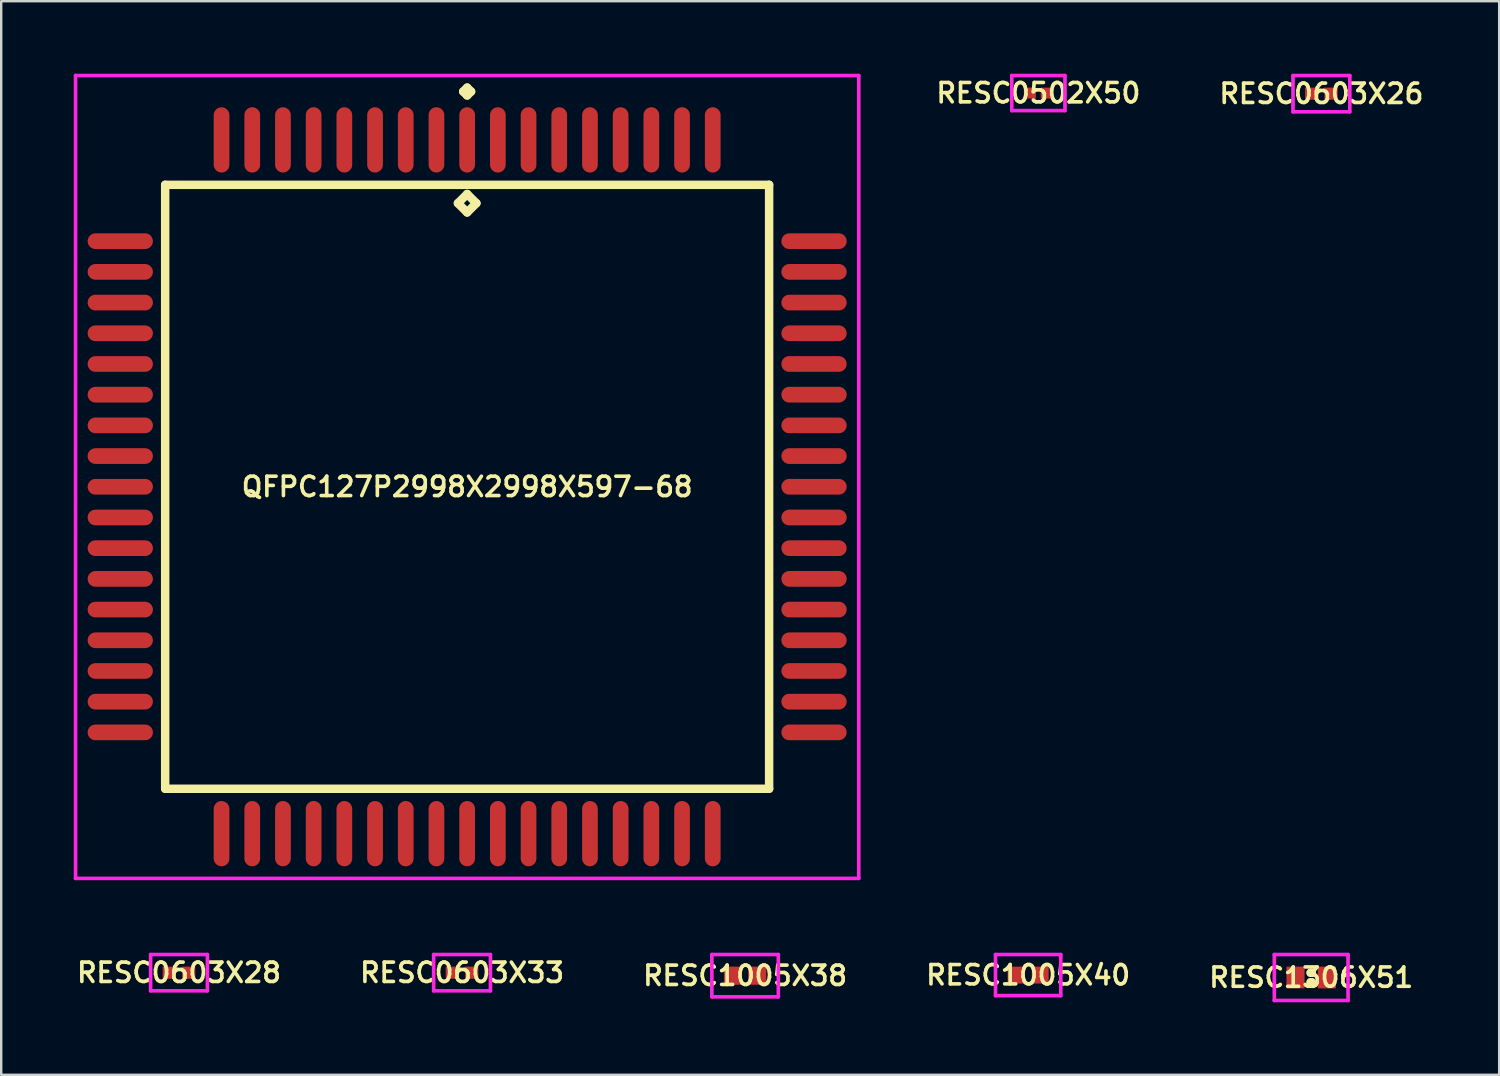
<source format=kicad_pcb>
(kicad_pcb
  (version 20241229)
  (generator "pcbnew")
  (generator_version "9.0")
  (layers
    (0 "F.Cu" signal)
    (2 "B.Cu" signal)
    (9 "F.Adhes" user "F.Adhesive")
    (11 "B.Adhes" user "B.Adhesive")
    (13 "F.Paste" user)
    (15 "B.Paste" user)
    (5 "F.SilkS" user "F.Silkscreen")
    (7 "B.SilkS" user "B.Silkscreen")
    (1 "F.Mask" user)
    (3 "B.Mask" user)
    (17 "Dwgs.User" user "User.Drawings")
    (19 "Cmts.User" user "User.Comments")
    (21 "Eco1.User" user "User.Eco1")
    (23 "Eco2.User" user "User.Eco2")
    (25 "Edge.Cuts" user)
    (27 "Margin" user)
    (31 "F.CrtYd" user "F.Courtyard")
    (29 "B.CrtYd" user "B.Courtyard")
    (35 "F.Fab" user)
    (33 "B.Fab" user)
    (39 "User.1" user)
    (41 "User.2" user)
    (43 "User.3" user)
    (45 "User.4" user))
  (footprint "RESC1306X51"
    (layer "F.Cu")
    (at 51.191 37.388)
    (property "Reference" "RESC1306X51" (at 0 0 0) (layer "F.SilkS") (effects (font (size 0.8 0.8) (thickness 0.15))))
    (attr smd)
    (fp_line (start -0.021 -0.196) (end 0.021 -0.196) (stroke (width 0.35) (type solid)) (layer "F.SilkS"))
    (fp_line (start -0.021 0.196) (end 0.021 0.196) (stroke (width 0.35) (type solid)) (layer "F.SilkS"))
    (fp_line (start 0.021 -0.196) (end -0.021 -0.196) (stroke (width 0.35) (type solid)) (layer "F.SilkS"))
    (fp_line (start 0.021 0.196) (end -0.021 0.196) (stroke (width 0.35) (type solid)) (layer "F.SilkS"))
    (fp_line (start -1.525 -0.95) (end 1.525 -0.95) (stroke (width 0.15) (type solid)) (layer "F.CrtYd"))
    (fp_line (start -1.525 0.95) (end -1.525 -0.95) (stroke (width 0.15) (type solid)) (layer "F.CrtYd"))
    (fp_line (start 1.525 -0.95) (end 1.525 0.95) (stroke (width 0.15) (type solid)) (layer "F.CrtYd"))
    (fp_line (start 1.525 0.95) (end -1.525 0.95) (stroke (width 0.15) (type solid)) (layer "F.CrtYd"))
    (pad "1" smd rect (at -0.65 0) (size 0.75 0.9) (layers "F.Cu" "F.Mask" "F.Paste"))
    (pad "2" smd rect (at 0.65 0) (size 0.75 0.9) (layers "F.Cu" "F.Mask" "F.Paste")))
  (footprint "RESC0502X50"
    (layer "F.Cu")
    (at 39.905 0.8)
    (property "Reference" "RESC0502X50" (at 0 0 0) (layer "F.SilkS") (effects (font (size 0.8 0.8) (thickness 0.15))))
    (attr through_hole)
    (fp_line (start -1.1 -0.725) (end 1.1 -0.725) (stroke (width 0.15) (type solid)) (layer "F.CrtYd"))
    (fp_line (start -1.1 0.725) (end -1.1 -0.725) (stroke (width 0.15) (type solid)) (layer "F.CrtYd"))
    (fp_line (start 1.1 -0.725) (end 1.1 0.725) (stroke (width 0.15) (type solid)) (layer "F.CrtYd"))
    (fp_line (start 1.1 0.725) (end -1.1 0.725) (stroke (width 0.15) (type solid)) (layer "F.CrtYd"))
    (pad "1" smd rect (at -0.35 0) (size 0.5 0.45) (layers "F.Cu" "F.Mask" "F.Paste"))
    (pad "2" smd rect (at 0.35 0) (size 0.5 0.45) (layers "F.Cu" "F.Mask" "F.Paste")))
  (footprint "RESC1005X40"
    (layer "F.Cu")
    (at 39.482 37.288)
    (property "Reference" "RESC1005X40" (at 0 0 0) (layer "F.SilkS") (effects (font (size 0.8 0.8) (thickness 0.15))))
    (attr smd)
    (fp_line (start -1.35 -0.85) (end 1.35 -0.85) (stroke (width 0.15) (type solid)) (layer "F.CrtYd"))
    (fp_line (start -1.35 0.85) (end -1.35 -0.85) (stroke (width 0.15) (type solid)) (layer "F.CrtYd"))
    (fp_line (start 1.35 -0.85) (end 1.35 0.85) (stroke (width 0.15) (type solid)) (layer "F.CrtYd"))
    (fp_line (start 1.35 0.85) (end -1.35 0.85) (stroke (width 0.15) (type solid)) (layer "F.CrtYd"))
    (pad "1" smd rect (at -0.5 0) (size 0.7 0.7) (layers "F.Cu" "F.Mask" "F.Paste"))
    (pad "2" smd rect (at 0.5 0) (size 0.7 0.7) (layers "F.Cu" "F.Mask" "F.Paste")))
  (footprint "RESC1005X38"
    (layer "F.Cu")
    (at 27.773 37.312)
    (property "Reference" "RESC1005X38" (at 0 0 0) (layer "F.SilkS") (effects (font (size 0.8 0.8) (thickness 0.15))))
    (attr smd)
    (fp_line (start -1.375 -0.875) (end 1.375 -0.875) (stroke (width 0.15) (type solid)) (layer "F.CrtYd"))
    (fp_line (start -1.375 0.875) (end -1.375 -0.875) (stroke (width 0.15) (type solid)) (layer "F.CrtYd"))
    (fp_line (start 1.375 -0.875) (end 1.375 0.875) (stroke (width 0.15) (type solid)) (layer "F.CrtYd"))
    (fp_line (start 1.375 0.875) (end -1.375 0.875) (stroke (width 0.15) (type solid)) (layer "F.CrtYd"))
    (pad "1" smd rect (at -0.5 0) (size 0.75 0.75) (layers "F.Cu" "F.Mask" "F.Paste"))
    (pad "2" smd rect (at 0.5 0) (size 0.75 0.75) (layers "F.Cu" "F.Mask" "F.Paste")))
  (footprint "QFPC127P2998X2998X597-68"
    (layer "F.Cu")
    (at 16.275 17.087)
    (property "Reference" "QFPC127P2998X2998X597-68" (at 0 0 0) (layer "F.SilkS") (effects (font (size 0.8 0.8) (thickness 0.15))))
    (attr smd)
    (fp_line (start -12.492 -12.492) (end -12.492 12.492) (stroke (width 0.35) (type solid)) (layer "F.SilkS"))
    (fp_line (start -12.492 12.492) (end 12.492 12.492) (stroke (width 0.35) (type solid)) (layer "F.SilkS"))
    (fp_line (start -0.381 -11.73) (end 0 -12.111) (stroke (width 0.35) (type solid)) (layer "F.SilkS"))
    (fp_line (start -0.163 -16.35) (end 0 -16.512) (stroke (width 0.35) (type solid)) (layer "F.SilkS"))
    (fp_line (start 0 -16.512) (end 0.163 -16.35) (stroke (width 0.35) (type solid)) (layer "F.SilkS"))
    (fp_line (start 0 -16.188) (end -0.163 -16.35) (stroke (width 0.35) (type solid)) (layer "F.SilkS"))
    (fp_line (start 0 -12.111) (end 0.381 -11.73) (stroke (width 0.35) (type solid)) (layer "F.SilkS"))
    (fp_line (start 0 -11.349) (end -0.381 -11.73) (stroke (width 0.35) (type solid)) (layer "F.SilkS"))
    (fp_line (start 0.163 -16.35) (end 0 -16.188) (stroke (width 0.35) (type solid)) (layer "F.SilkS"))
    (fp_line (start 0.381 -11.73) (end 0 -11.349) (stroke (width 0.35) (type solid)) (layer "F.SilkS"))
    (fp_line (start 12.492 -12.492) (end -12.492 -12.492) (stroke (width 0.35) (type solid)) (layer "F.SilkS"))
    (fp_line (start 12.492 12.492) (end 12.492 -12.492) (stroke (width 0.35) (type solid)) (layer "F.SilkS"))
    (fp_line (start -16.2 -17.012) (end 16.2 -17.012) (stroke (width 0.15) (type solid)) (layer "F.CrtYd"))
    (fp_line (start -16.2 16.2) (end -16.2 -17.012) (stroke (width 0.15) (type solid)) (layer "F.CrtYd"))
    (fp_line (start 16.2 -17.012) (end 16.2 16.2) (stroke (width 0.15) (type solid)) (layer "F.CrtYd"))
    (fp_line (start 16.2 16.2) (end -16.2 16.2) (stroke (width 0.15) (type solid)) (layer "F.CrtYd"))
    (pad "1" smd oval (at 0 -14.35) (size 0.65 2.7) (layers "F.Cu" "F.Mask" "F.Paste"))
    (pad "2" smd oval (at -1.27 -14.35) (size 0.65 2.7) (layers "F.Cu" "F.Mask" "F.Paste"))
    (pad "3" smd oval (at -2.54 -14.35) (size 0.65 2.7) (layers "F.Cu" "F.Mask" "F.Paste"))
    (pad "4" smd oval (at -3.81 -14.35) (size 0.65 2.7) (layers "F.Cu" "F.Mask" "F.Paste"))
    (pad "5" smd oval (at -5.08 -14.35) (size 0.65 2.7) (layers "F.Cu" "F.Mask" "F.Paste"))
    (pad "6" smd oval (at -6.35 -14.35) (size 0.65 2.7) (layers "F.Cu" "F.Mask" "F.Paste"))
    (pad "7" smd oval (at -7.62 -14.35) (size 0.65 2.7) (layers "F.Cu" "F.Mask" "F.Paste"))
    (pad "8" smd oval (at -8.89 -14.35) (size 0.65 2.7) (layers "F.Cu" "F.Mask" "F.Paste"))
    (pad "9" smd oval (at -10.16 -14.35) (size 0.65 2.7) (layers "F.Cu" "F.Mask" "F.Paste"))
    (pad "10" smd oval (at -14.35 -10.16) (size 2.7 0.65) (layers "F.Cu" "F.Mask" "F.Paste"))
    (pad "11" smd oval (at -14.35 -8.89) (size 2.7 0.65) (layers "F.Cu" "F.Mask" "F.Paste"))
    (pad "12" smd oval (at -14.35 -7.62) (size 2.7 0.65) (layers "F.Cu" "F.Mask" "F.Paste"))
    (pad "13" smd oval (at -14.35 -6.35) (size 2.7 0.65) (layers "F.Cu" "F.Mask" "F.Paste"))
    (pad "14" smd oval (at -14.35 -5.08) (size 2.7 0.65) (layers "F.Cu" "F.Mask" "F.Paste"))
    (pad "15" smd oval (at -14.35 -3.81) (size 2.7 0.65) (layers "F.Cu" "F.Mask" "F.Paste"))
    (pad "16" smd oval (at -14.35 -2.54) (size 2.7 0.65) (layers "F.Cu" "F.Mask" "F.Paste"))
    (pad "17" smd oval (at -14.35 -1.27) (size 2.7 0.65) (layers "F.Cu" "F.Mask" "F.Paste"))
    (pad "18" smd oval (at -14.35 0) (size 2.7 0.65) (layers "F.Cu" "F.Mask" "F.Paste"))
    (pad "19" smd oval (at -14.35 1.27) (size 2.7 0.65) (layers "F.Cu" "F.Mask" "F.Paste"))
    (pad "20" smd oval (at -14.35 2.54) (size 2.7 0.65) (layers "F.Cu" "F.Mask" "F.Paste"))
    (pad "21" smd oval (at -14.35 3.81) (size 2.7 0.65) (layers "F.Cu" "F.Mask" "F.Paste"))
    (pad "22" smd oval (at -14.35 5.08) (size 2.7 0.65) (layers "F.Cu" "F.Mask" "F.Paste"))
    (pad "23" smd oval (at -14.35 6.35) (size 2.7 0.65) (layers "F.Cu" "F.Mask" "F.Paste"))
    (pad "24" smd oval (at -14.35 7.62) (size 2.7 0.65) (layers "F.Cu" "F.Mask" "F.Paste"))
    (pad "25" smd oval (at -14.35 8.89) (size 2.7 0.65) (layers "F.Cu" "F.Mask" "F.Paste"))
    (pad "26" smd oval (at -14.35 10.16) (size 2.7 0.65) (layers "F.Cu" "F.Mask" "F.Paste"))
    (pad "27" smd oval (at -10.16 14.35) (size 0.65 2.7) (layers "F.Cu" "F.Mask" "F.Paste"))
    (pad "28" smd oval (at -8.89 14.35) (size 0.65 2.7) (layers "F.Cu" "F.Mask" "F.Paste"))
    (pad "29" smd oval (at -7.62 14.35) (size 0.65 2.7) (layers "F.Cu" "F.Mask" "F.Paste"))
    (pad "30" smd oval (at -6.35 14.35) (size 0.65 2.7) (layers "F.Cu" "F.Mask" "F.Paste"))
    (pad "31" smd oval (at -5.08 14.35) (size 0.65 2.7) (layers "F.Cu" "F.Mask" "F.Paste"))
    (pad "32" smd oval (at -3.81 14.35) (size 0.65 2.7) (layers "F.Cu" "F.Mask" "F.Paste"))
    (pad "33" smd oval (at -2.54 14.35) (size 0.65 2.7) (layers "F.Cu" "F.Mask" "F.Paste"))
    (pad "34" smd oval (at -1.27 14.35) (size 0.65 2.7) (layers "F.Cu" "F.Mask" "F.Paste"))
    (pad "35" smd oval (at 0 14.35) (size 0.65 2.7) (layers "F.Cu" "F.Mask" "F.Paste"))
    (pad "36" smd oval (at 1.27 14.35) (size 0.65 2.7) (layers "F.Cu" "F.Mask" "F.Paste"))
    (pad "37" smd oval (at 2.54 14.35) (size 0.65 2.7) (layers "F.Cu" "F.Mask" "F.Paste"))
    (pad "38" smd oval (at 3.81 14.35) (size 0.65 2.7) (layers "F.Cu" "F.Mask" "F.Paste"))
    (pad "39" smd oval (at 5.08 14.35) (size 0.65 2.7) (layers "F.Cu" "F.Mask" "F.Paste"))
    (pad "40" smd oval (at 6.35 14.35) (size 0.65 2.7) (layers "F.Cu" "F.Mask" "F.Paste"))
    (pad "41" smd oval (at 7.62 14.35) (size 0.65 2.7) (layers "F.Cu" "F.Mask" "F.Paste"))
    (pad "42" smd oval (at 8.89 14.35) (size 0.65 2.7) (layers "F.Cu" "F.Mask" "F.Paste"))
    (pad "43" smd oval (at 10.16 14.35) (size 0.65 2.7) (layers "F.Cu" "F.Mask" "F.Paste"))
    (pad "44" smd oval (at 14.35 10.16) (size 2.7 0.65) (layers "F.Cu" "F.Mask" "F.Paste"))
    (pad "45" smd oval (at 14.35 8.89) (size 2.7 0.65) (layers "F.Cu" "F.Mask" "F.Paste"))
    (pad "46" smd oval (at 14.35 7.62) (size 2.7 0.65) (layers "F.Cu" "F.Mask" "F.Paste"))
    (pad "47" smd oval (at 14.35 6.35) (size 2.7 0.65) (layers "F.Cu" "F.Mask" "F.Paste"))
    (pad "48" smd oval (at 14.35 5.08) (size 2.7 0.65) (layers "F.Cu" "F.Mask" "F.Paste"))
    (pad "49" smd oval (at 14.35 3.81) (size 2.7 0.65) (layers "F.Cu" "F.Mask" "F.Paste"))
    (pad "50" smd oval (at 14.35 2.54) (size 2.7 0.65) (layers "F.Cu" "F.Mask" "F.Paste"))
    (pad "51" smd oval (at 14.35 1.27) (size 2.7 0.65) (layers "F.Cu" "F.Mask" "F.Paste"))
    (pad "52" smd oval (at 14.35 0) (size 2.7 0.65) (layers "F.Cu" "F.Mask" "F.Paste"))
    (pad "53" smd oval (at 14.35 -1.27) (size 2.7 0.65) (layers "F.Cu" "F.Mask" "F.Paste"))
    (pad "54" smd oval (at 14.35 -2.54) (size 2.7 0.65) (layers "F.Cu" "F.Mask" "F.Paste"))
    (pad "55" smd oval (at 14.35 -3.81) (size 2.7 0.65) (layers "F.Cu" "F.Mask" "F.Paste"))
    (pad "56" smd oval (at 14.35 -5.08) (size 2.7 0.65) (layers "F.Cu" "F.Mask" "F.Paste"))
    (pad "57" smd oval (at 14.35 -6.35) (size 2.7 0.65) (layers "F.Cu" "F.Mask" "F.Paste"))
    (pad "58" smd oval (at 14.35 -7.62) (size 2.7 0.65) (layers "F.Cu" "F.Mask" "F.Paste"))
    (pad "59" smd oval (at 14.35 -8.89) (size 2.7 0.65) (layers "F.Cu" "F.Mask" "F.Paste"))
    (pad "60" smd oval (at 14.35 -10.16) (size 2.7 0.65) (layers "F.Cu" "F.Mask" "F.Paste"))
    (pad "61" smd oval (at 10.16 -14.35) (size 0.65 2.7) (layers "F.Cu" "F.Mask" "F.Paste"))
    (pad "62" smd oval (at 8.89 -14.35) (size 0.65 2.7) (layers "F.Cu" "F.Mask" "F.Paste"))
    (pad "63" smd oval (at 7.62 -14.35) (size 0.65 2.7) (layers "F.Cu" "F.Mask" "F.Paste"))
    (pad "64" smd oval (at 6.35 -14.35) (size 0.65 2.7) (layers "F.Cu" "F.Mask" "F.Paste"))
    (pad "65" smd oval (at 5.08 -14.35) (size 0.65 2.7) (layers "F.Cu" "F.Mask" "F.Paste"))
    (pad "66" smd oval (at 3.81 -14.35) (size 0.65 2.7) (layers "F.Cu" "F.Mask" "F.Paste"))
    (pad "67" smd oval (at 2.54 -14.35) (size 0.65 2.7) (layers "F.Cu" "F.Mask" "F.Paste"))
    (pad "68" smd oval (at 1.27 -14.35) (size 0.65 2.7) (layers "F.Cu" "F.Mask" "F.Paste")))
  (footprint "RESC0603X33"
    (layer "F.Cu")
    (at 16.064 37.188)
    (property "Reference" "RESC0603X33" (at 0 0 0) (layer "F.SilkS") (effects (font (size 0.8 0.8) (thickness 0.15))))
    (attr smd)
    (fp_line (start -1.175 -0.75) (end 1.175 -0.75) (stroke (width 0.15) (type solid)) (layer "F.CrtYd"))
    (fp_line (start -1.175 0.75) (end -1.175 -0.75) (stroke (width 0.15) (type solid)) (layer "F.CrtYd"))
    (fp_line (start 1.175 -0.75) (end 1.175 0.75) (stroke (width 0.15) (type solid)) (layer "F.CrtYd"))
    (fp_line (start 1.175 0.75) (end -1.175 0.75) (stroke (width 0.15) (type solid)) (layer "F.CrtYd"))
    (pad "1" smd rect (at -0.4 0) (size 0.55 0.5) (layers "F.Cu" "F.Mask" "F.Paste"))
    (pad "2" smd rect (at 0.4 0) (size 0.55 0.5) (layers "F.Cu" "F.Mask" "F.Paste")))
  (footprint "RESC0603X26"
    (layer "F.Cu")
    (at 51.614 0.825)
    (property "Reference" "RESC0603X26" (at 0 0 0) (layer "F.SilkS") (effects (font (size 0.8 0.8) (thickness 0.15))))
    (attr through_hole)
    (fp_line (start -1.175 -0.75) (end 1.175 -0.75) (stroke (width 0.15) (type solid)) (layer "F.CrtYd"))
    (fp_line (start -1.175 0.75) (end -1.175 -0.75) (stroke (width 0.15) (type solid)) (layer "F.CrtYd"))
    (fp_line (start 1.175 -0.75) (end 1.175 0.75) (stroke (width 0.15) (type solid)) (layer "F.CrtYd"))
    (fp_line (start 1.175 0.75) (end -1.175 0.75) (stroke (width 0.15) (type solid)) (layer "F.CrtYd"))
    (pad "1" smd rect (at -0.4 0) (size 0.55 0.5) (layers "F.Cu" "F.Mask" "F.Paste"))
    (pad "2" smd rect (at 0.4 0) (size 0.55 0.5) (layers "F.Cu" "F.Mask" "F.Paste")))
  (footprint "RESC0603X28"
    (layer "F.Cu")
    (at 4.355 37.188)
    (property "Reference" "RESC0603X28" (at 0 0 0) (layer "F.SilkS") (effects (font (size 0.8 0.8) (thickness 0.15))))
    (attr smd)
    (fp_line (start -1.175 -0.75) (end 1.175 -0.75) (stroke (width 0.15) (type solid)) (layer "F.CrtYd"))
    (fp_line (start -1.175 0.75) (end -1.175 -0.75) (stroke (width 0.15) (type solid)) (layer "F.CrtYd"))
    (fp_line (start 1.175 -0.75) (end 1.175 0.75) (stroke (width 0.15) (type solid)) (layer "F.CrtYd"))
    (fp_line (start 1.175 0.75) (end -1.175 0.75) (stroke (width 0.15) (type solid)) (layer "F.CrtYd"))
    (pad "1" smd rect (at -0.4 0) (size 0.55 0.5) (layers "F.Cu" "F.Mask" "F.Paste"))
    (pad "2" smd rect (at 0.4 0) (size 0.55 0.5) (layers "F.Cu" "F.Mask" "F.Paste")))
  (gr_rect
    (start -3 -3)
    (end 58.968 41.413)
    (stroke (width 0.1) (type default))
    (fill no)
    (layer "Edge.Cuts")))
</source>
